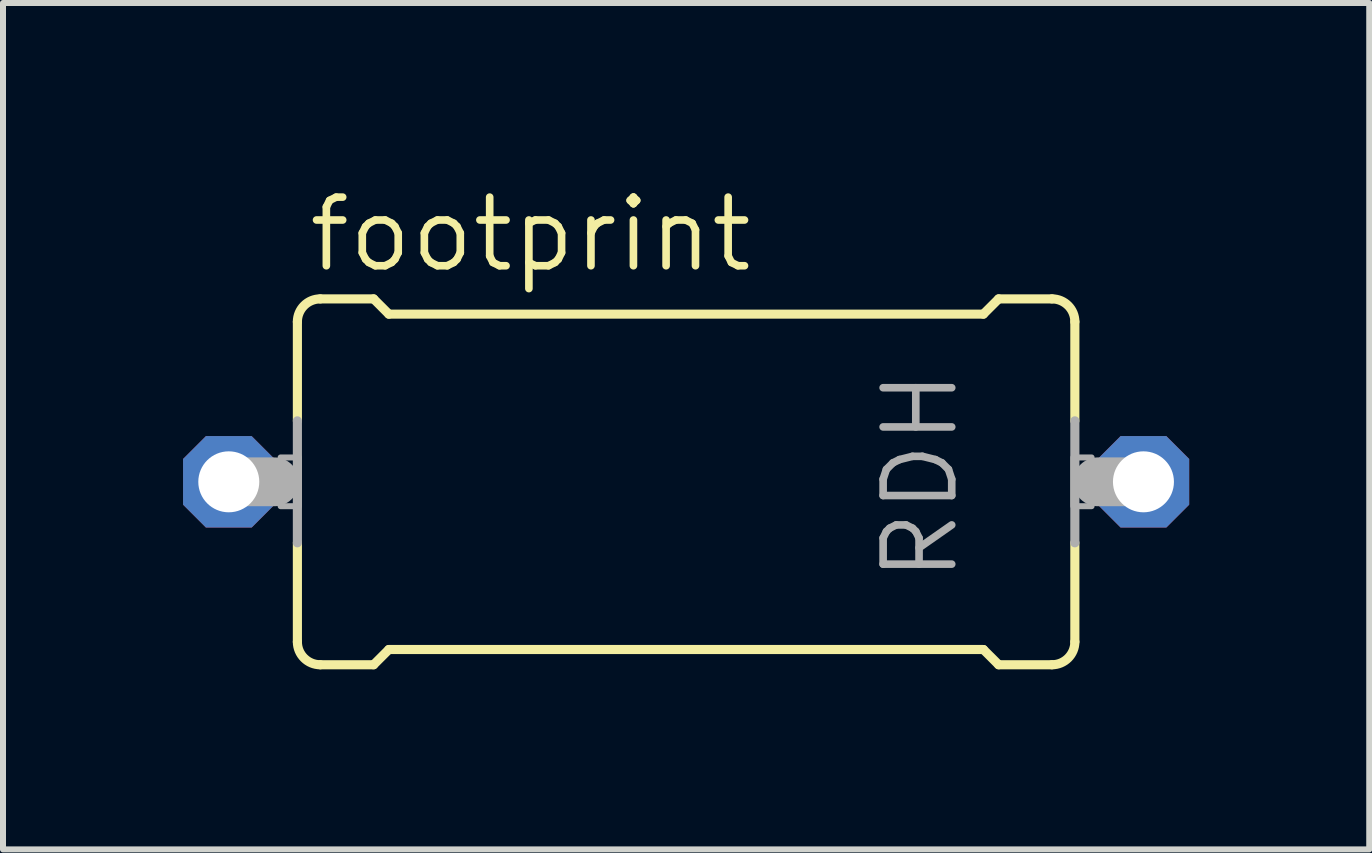
<source format=kicad_pcb>
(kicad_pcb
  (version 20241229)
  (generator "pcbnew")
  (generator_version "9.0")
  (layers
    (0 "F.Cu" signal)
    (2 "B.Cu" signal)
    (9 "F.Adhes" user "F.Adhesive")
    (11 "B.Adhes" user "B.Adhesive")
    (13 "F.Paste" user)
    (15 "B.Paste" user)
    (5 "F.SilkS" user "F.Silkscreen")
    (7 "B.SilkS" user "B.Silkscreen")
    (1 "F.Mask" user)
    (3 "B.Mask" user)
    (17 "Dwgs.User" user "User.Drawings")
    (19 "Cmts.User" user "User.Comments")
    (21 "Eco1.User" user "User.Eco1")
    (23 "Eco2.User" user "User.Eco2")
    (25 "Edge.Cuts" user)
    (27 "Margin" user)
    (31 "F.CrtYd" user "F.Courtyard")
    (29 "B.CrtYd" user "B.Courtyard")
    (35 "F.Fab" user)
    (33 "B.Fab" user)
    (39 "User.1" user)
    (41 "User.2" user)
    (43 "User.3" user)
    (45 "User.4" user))
  (footprint "footprint"
    (layer "F.Cu")
    (at 8.382 4.978)
    (property "Reference" "footprint" (at -6.35 -3.454 0) (layer "F.SilkS") (effects (font (size 1.143 1.143) (thickness 0.127)) (justify left bottom)))
    (fp_line (start -6.477 -1.016) (end -6.477 -2.667) (stroke (width 0.152) (type solid)) (layer "F.SilkS"))
    (fp_line (start -6.477 2.667) (end -6.477 1.016) (stroke (width 0.152) (type solid)) (layer "F.SilkS"))
    (fp_line (start -6.096 -3.048) (end -5.207 -3.048) (stroke (width 0.152) (type solid)) (layer "F.SilkS"))
    (fp_line (start -6.096 3.048) (end -5.207 3.048) (stroke (width 0.152) (type solid)) (layer "F.SilkS"))
    (fp_line (start -4.953 -2.794) (end -5.207 -3.048) (stroke (width 0.152) (type solid)) (layer "F.SilkS"))
    (fp_line (start -4.953 2.794) (end -5.207 3.048) (stroke (width 0.152) (type solid)) (layer "F.SilkS"))
    (fp_line (start 4.953 -2.794) (end -4.953 -2.794) (stroke (width 0.152) (type solid)) (layer "F.SilkS"))
    (fp_line (start 4.953 -2.794) (end 5.207 -3.048) (stroke (width 0.152) (type solid)) (layer "F.SilkS"))
    (fp_line (start 4.953 2.794) (end -4.953 2.794) (stroke (width 0.152) (type solid)) (layer "F.SilkS"))
    (fp_line (start 4.953 2.794) (end 5.207 3.048) (stroke (width 0.152) (type solid)) (layer "F.SilkS"))
    (fp_line (start 6.096 -3.048) (end 5.207 -3.048) (stroke (width 0.152) (type solid)) (layer "F.SilkS"))
    (fp_line (start 6.096 3.048) (end 5.207 3.048) (stroke (width 0.152) (type solid)) (layer "F.SilkS"))
    (fp_line (start 6.477 -1.016) (end 6.477 -2.667) (stroke (width 0.152) (type solid)) (layer "F.SilkS"))
    (fp_line (start 6.477 2.667) (end 6.477 1.016) (stroke (width 0.152) (type solid)) (layer "F.SilkS"))
    (fp_arc (start -6.477 -2.667) (mid -6.365408 -2.936408) (end -6.096 -3.048) (stroke (width 0.1524) (type solid)) (layer "F.SilkS"))
    (fp_arc (start -6.096 3.048) (mid -6.365408 2.936408) (end -6.477 2.667) (stroke (width 0.1524) (type solid)) (layer "F.SilkS"))
    (fp_arc (start 6.096 -3.048) (mid 6.365408 -2.936408) (end 6.477 -2.667) (stroke (width 0.1524) (type solid)) (layer "F.SilkS"))
    (fp_arc (start 6.477 2.667) (mid 6.365408 2.936408) (end 6.096 3.048) (stroke (width 0.1524) (type solid)) (layer "F.SilkS"))
    (fp_line (start -7.62 0) (end -6.858 0) (stroke (width 0.813) (type solid)) (layer "F.Fab"))
    (fp_line (start -6.477 -1.016) (end -6.477 1.016) (stroke (width 0.152) (type solid)) (layer "F.Fab"))
    (fp_line (start 6.477 -1.016) (end 6.477 1.016) (stroke (width 0.152) (type solid)) (layer "F.Fab"))
    (fp_line (start 6.858 0) (end 7.62 0) (stroke (width 0.813) (type solid)) (layer "F.Fab"))
    (fp_poly (pts (xy -6.756 0.406) (xy -6.452 0.406) (xy -6.452 -0.406) (xy -6.756 -0.406)) (stroke (width 0.1) (type solid)) (fill no) (layer "F.Fab"))
    (fp_poly (pts (xy 6.452 0.406) (xy 6.756 0.406) (xy 6.756 -0.406) (xy 6.452 -0.406)) (stroke (width 0.1) (type solid)) (fill no) (layer "F.Fab"))
    (fp_text user "RDH" (at 4.572 1.727 90) (layer "F.Fab") (effects (font (size 1.143 1.143) (thickness 0.127)) (justify left bottom)))
    (pad "1" thru_hole roundrect (at -7.62 0) (size 1.524 1.524) (drill 1.016) (layers "*.Cu" "*.Mask") (roundrect_rratio 0.25) (chamfer_ratio 0.25) (chamfer top_left top_right bottom_left bottom_right))
    (pad "2" thru_hole roundrect (at 7.62 0) (size 1.524 1.524) (drill 1.016) (layers "*.Cu" "*.Mask") (roundrect_rratio 0.25) (chamfer_ratio 0.25) (chamfer top_left top_right bottom_left bottom_right)))
  (gr_rect
    (start -3 -3)
    (end 19.764 11.103)
    (stroke (width 0.1) (type default))
    (fill no)
    (layer "Edge.Cuts")))
</source>
